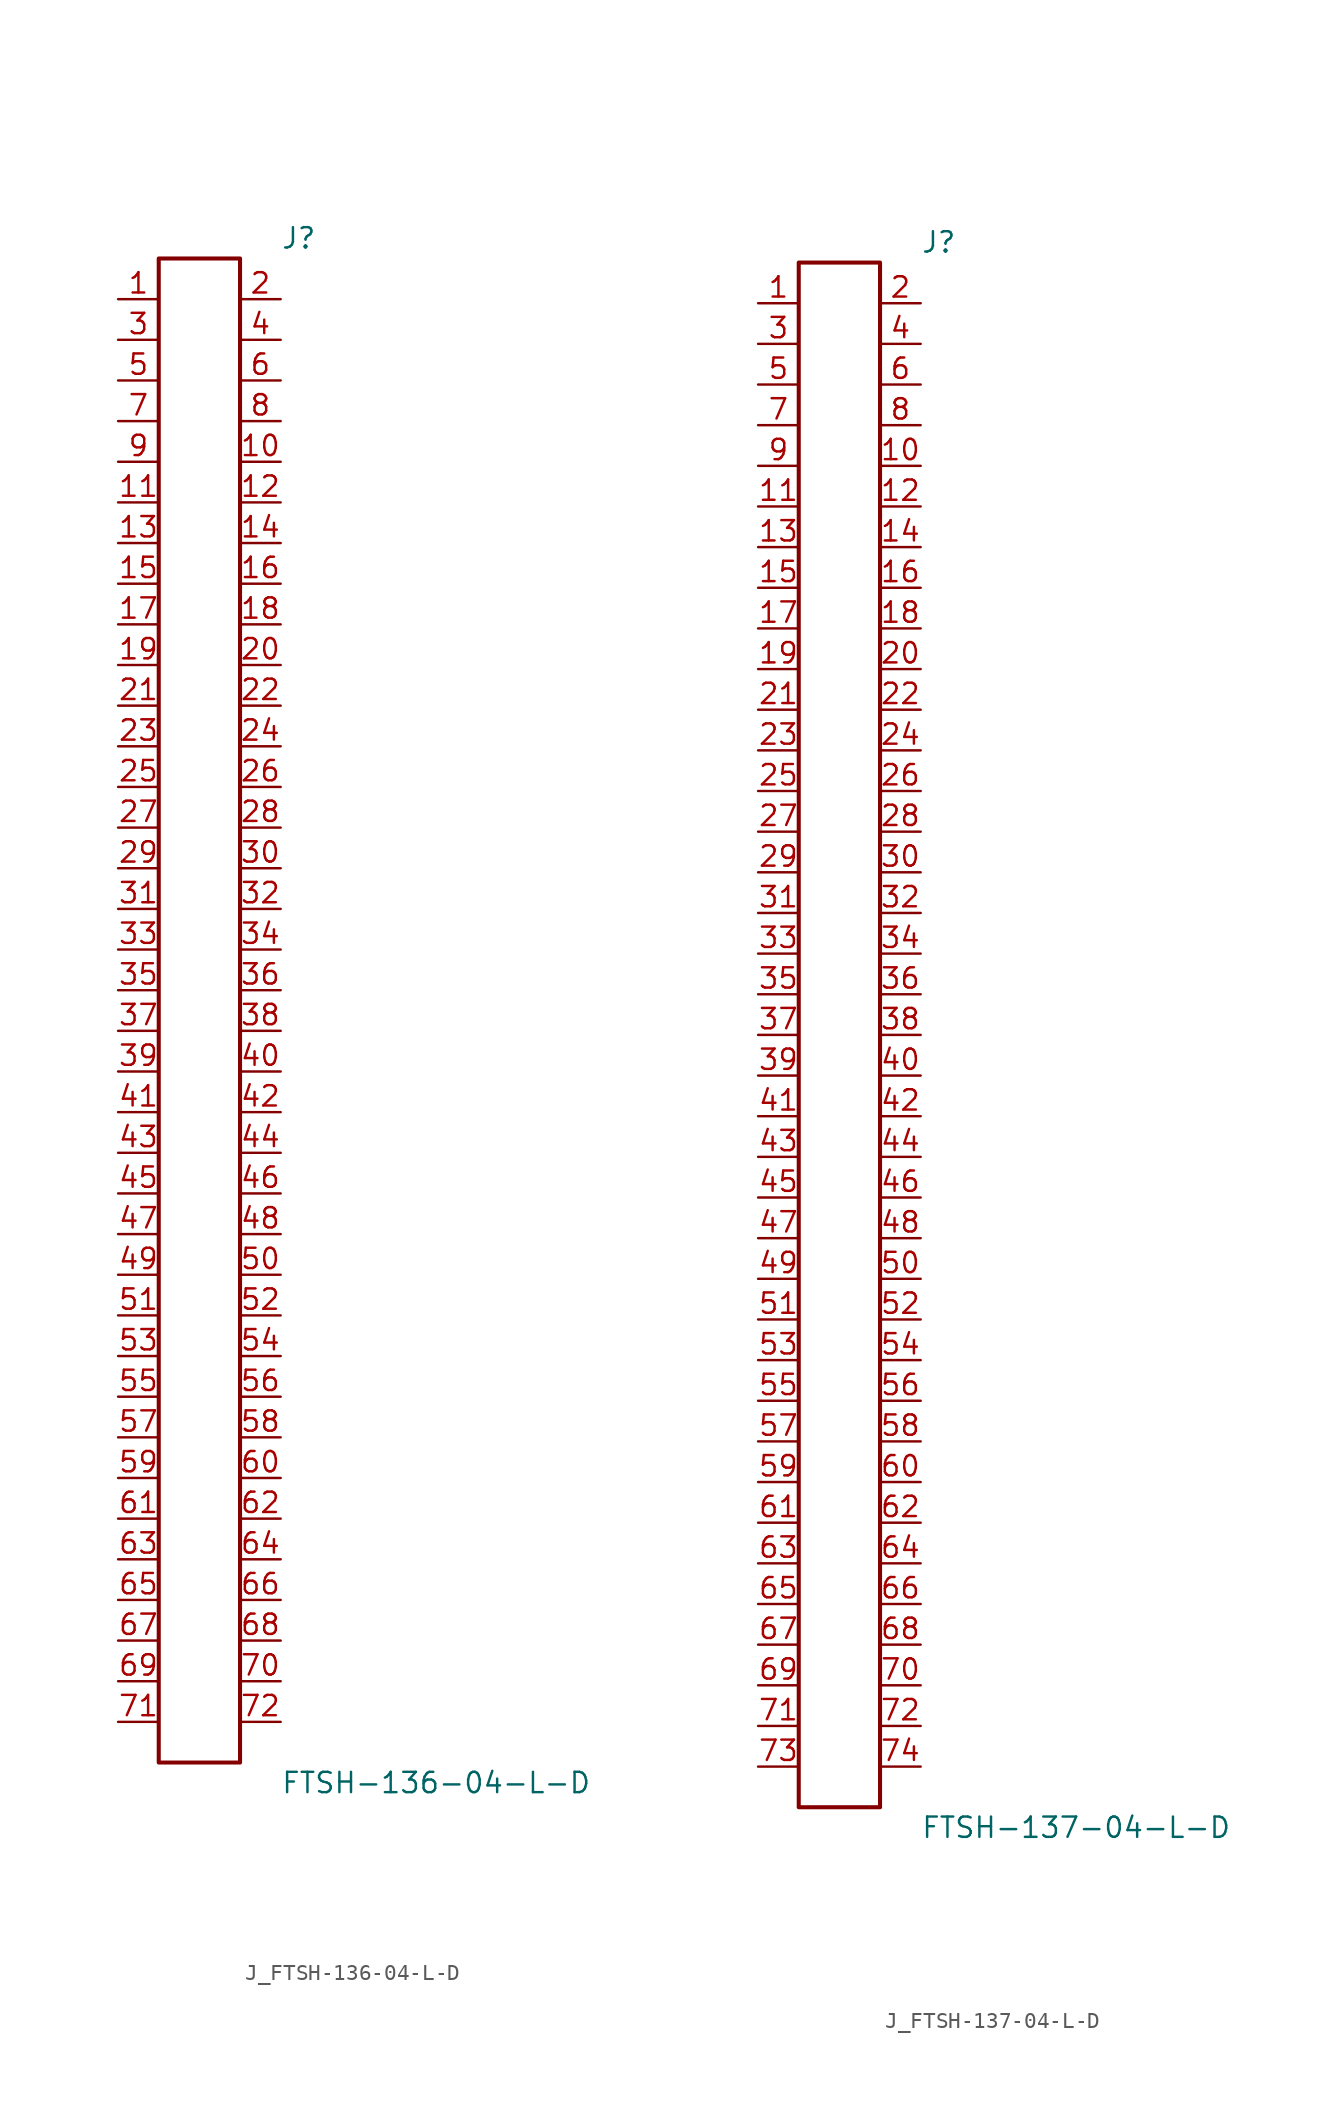
<source format=kicad_sym>
(kicad_symbol_lib
  (version 20231120)
  (generator kicad_symbol_editor)
  (generator_version 8.0)
  (symbol "J_FTSH-136-04-L-D"
    (pin_names
      (offset 0.254))
    (property "Reference" "J"
      (at 5.08 48.26 0)
      (effects (font (size 1.27 1.27)) (justify left)))
    (property "Value" "FTSH-136-04-L-D"
      (at 5.08 -48.26 0)
      (effects (font (size 1.27 1.27)) (justify left)))
    (symbol "J_FTSH-136-04-L-D_0_0"
      (pin passive line (at -5.08 44.45 0) (length 2.54) (name "" (effects (font (size 1.27 1.27)))) (number "1" (effects (font (size 1.27 1.27)))))
      (pin passive line (at 5.08 44.45 180) (length 2.54) (name "" (effects (font (size 1.27 1.27)))) (number "2" (effects (font (size 1.27 1.27)))))
      (pin passive line (at -5.08 41.91 0) (length 2.54) (name "" (effects (font (size 1.27 1.27)))) (number "3" (effects (font (size 1.27 1.27)))))
      (pin passive line (at 5.08 41.91 180) (length 2.54) (name "" (effects (font (size 1.27 1.27)))) (number "4" (effects (font (size 1.27 1.27)))))
      (pin passive line (at -5.08 39.37 0) (length 2.54) (name "" (effects (font (size 1.27 1.27)))) (number "5" (effects (font (size 1.27 1.27)))))
      (pin passive line (at 5.08 39.37 180) (length 2.54) (name "" (effects (font (size 1.27 1.27)))) (number "6" (effects (font (size 1.27 1.27)))))
      (pin passive line (at -5.08 36.83 0) (length 2.54) (name "" (effects (font (size 1.27 1.27)))) (number "7" (effects (font (size 1.27 1.27)))))
      (pin passive line (at 5.08 36.83 180) (length 2.54) (name "" (effects (font (size 1.27 1.27)))) (number "8" (effects (font (size 1.27 1.27)))))
      (pin passive line (at -5.08 34.29 0) (length 2.54) (name "" (effects (font (size 1.27 1.27)))) (number "9" (effects (font (size 1.27 1.27)))))
      (pin passive line (at 5.08 34.29 180) (length 2.54) (name "" (effects (font (size 1.27 1.27)))) (number "10" (effects (font (size 1.27 1.27)))))
      (pin passive line (at -5.08 31.75 0) (length 2.54) (name "" (effects (font (size 1.27 1.27)))) (number "11" (effects (font (size 1.27 1.27)))))
      (pin passive line (at 5.08 31.75 180) (length 2.54) (name "" (effects (font (size 1.27 1.27)))) (number "12" (effects (font (size 1.27 1.27)))))
      (pin passive line (at -5.08 29.21 0) (length 2.54) (name "" (effects (font (size 1.27 1.27)))) (number "13" (effects (font (size 1.27 1.27)))))
      (pin passive line (at 5.08 29.21 180) (length 2.54) (name "" (effects (font (size 1.27 1.27)))) (number "14" (effects (font (size 1.27 1.27)))))
      (pin passive line (at -5.08 26.67 0) (length 2.54) (name "" (effects (font (size 1.27 1.27)))) (number "15" (effects (font (size 1.27 1.27)))))
      (pin passive line (at 5.08 26.67 180) (length 2.54) (name "" (effects (font (size 1.27 1.27)))) (number "16" (effects (font (size 1.27 1.27)))))
      (pin passive line (at -5.08 24.13 0) (length 2.54) (name "" (effects (font (size 1.27 1.27)))) (number "17" (effects (font (size 1.27 1.27)))))
      (pin passive line (at 5.08 24.13 180) (length 2.54) (name "" (effects (font (size 1.27 1.27)))) (number "18" (effects (font (size 1.27 1.27)))))
      (pin passive line (at -5.08 21.59 0) (length 2.54) (name "" (effects (font (size 1.27 1.27)))) (number "19" (effects (font (size 1.27 1.27)))))
      (pin passive line (at 5.08 21.59 180) (length 2.54) (name "" (effects (font (size 1.27 1.27)))) (number "20" (effects (font (size 1.27 1.27)))))
      (pin passive line (at -5.08 19.05 0) (length 2.54) (name "" (effects (font (size 1.27 1.27)))) (number "21" (effects (font (size 1.27 1.27)))))
      (pin passive line (at 5.08 19.05 180) (length 2.54) (name "" (effects (font (size 1.27 1.27)))) (number "22" (effects (font (size 1.27 1.27)))))
      (pin passive line (at -5.08 16.51 0) (length 2.54) (name "" (effects (font (size 1.27 1.27)))) (number "23" (effects (font (size 1.27 1.27)))))
      (pin passive line (at 5.08 16.51 180) (length 2.54) (name "" (effects (font (size 1.27 1.27)))) (number "24" (effects (font (size 1.27 1.27)))))
      (pin passive line (at -5.08 13.97 0) (length 2.54) (name "" (effects (font (size 1.27 1.27)))) (number "25" (effects (font (size 1.27 1.27)))))
      (pin passive line (at 5.08 13.97 180) (length 2.54) (name "" (effects (font (size 1.27 1.27)))) (number "26" (effects (font (size 1.27 1.27)))))
      (pin passive line (at -5.08 11.43 0) (length 2.54) (name "" (effects (font (size 1.27 1.27)))) (number "27" (effects (font (size 1.27 1.27)))))
      (pin passive line (at 5.08 11.43 180) (length 2.54) (name "" (effects (font (size 1.27 1.27)))) (number "28" (effects (font (size 1.27 1.27)))))
      (pin passive line (at -5.08 8.89 0) (length 2.54) (name "" (effects (font (size 1.27 1.27)))) (number "29" (effects (font (size 1.27 1.27)))))
      (pin passive line (at 5.08 8.89 180) (length 2.54) (name "" (effects (font (size 1.27 1.27)))) (number "30" (effects (font (size 1.27 1.27)))))
      (pin passive line (at -5.08 6.35 0) (length 2.54) (name "" (effects (font (size 1.27 1.27)))) (number "31" (effects (font (size 1.27 1.27)))))
      (pin passive line (at 5.08 6.35 180) (length 2.54) (name "" (effects (font (size 1.27 1.27)))) (number "32" (effects (font (size 1.27 1.27)))))
      (pin passive line (at -5.08 3.81 0) (length 2.54) (name "" (effects (font (size 1.27 1.27)))) (number "33" (effects (font (size 1.27 1.27)))))
      (pin passive line (at 5.08 3.81 180) (length 2.54) (name "" (effects (font (size 1.27 1.27)))) (number "34" (effects (font (size 1.27 1.27)))))
      (pin passive line (at -5.08 1.27 0) (length 2.54) (name "" (effects (font (size 1.27 1.27)))) (number "35" (effects (font (size 1.27 1.27)))))
      (pin passive line (at 5.08 1.27 180) (length 2.54) (name "" (effects (font (size 1.27 1.27)))) (number "36" (effects (font (size 1.27 1.27)))))
      (pin passive line (at -5.08 -1.27 0) (length 2.54) (name "" (effects (font (size 1.27 1.27)))) (number "37" (effects (font (size 1.27 1.27)))))
      (pin passive line (at 5.08 -1.27 180) (length 2.54) (name "" (effects (font (size 1.27 1.27)))) (number "38" (effects (font (size 1.27 1.27)))))
      (pin passive line (at -5.08 -3.81 0) (length 2.54) (name "" (effects (font (size 1.27 1.27)))) (number "39" (effects (font (size 1.27 1.27)))))
      (pin passive line (at 5.08 -3.81 180) (length 2.54) (name "" (effects (font (size 1.27 1.27)))) (number "40" (effects (font (size 1.27 1.27)))))
      (pin passive line (at -5.08 -6.35 0) (length 2.54) (name "" (effects (font (size 1.27 1.27)))) (number "41" (effects (font (size 1.27 1.27)))))
      (pin passive line (at 5.08 -6.35 180) (length 2.54) (name "" (effects (font (size 1.27 1.27)))) (number "42" (effects (font (size 1.27 1.27)))))
      (pin passive line (at -5.08 -8.89 0) (length 2.54) (name "" (effects (font (size 1.27 1.27)))) (number "43" (effects (font (size 1.27 1.27)))))
      (pin passive line (at 5.08 -8.89 180) (length 2.54) (name "" (effects (font (size 1.27 1.27)))) (number "44" (effects (font (size 1.27 1.27)))))
      (pin passive line (at -5.08 -11.43 0) (length 2.54) (name "" (effects (font (size 1.27 1.27)))) (number "45" (effects (font (size 1.27 1.27)))))
      (pin passive line (at 5.08 -11.43 180) (length 2.54) (name "" (effects (font (size 1.27 1.27)))) (number "46" (effects (font (size 1.27 1.27)))))
      (pin passive line (at -5.08 -13.97 0) (length 2.54) (name "" (effects (font (size 1.27 1.27)))) (number "47" (effects (font (size 1.27 1.27)))))
      (pin passive line (at 5.08 -13.97 180) (length 2.54) (name "" (effects (font (size 1.27 1.27)))) (number "48" (effects (font (size 1.27 1.27)))))
      (pin passive line (at -5.08 -16.51 0) (length 2.54) (name "" (effects (font (size 1.27 1.27)))) (number "49" (effects (font (size 1.27 1.27)))))
      (pin passive line (at 5.08 -16.51 180) (length 2.54) (name "" (effects (font (size 1.27 1.27)))) (number "50" (effects (font (size 1.27 1.27)))))
      (pin passive line (at -5.08 -19.05 0) (length 2.54) (name "" (effects (font (size 1.27 1.27)))) (number "51" (effects (font (size 1.27 1.27)))))
      (pin passive line (at 5.08 -19.05 180) (length 2.54) (name "" (effects (font (size 1.27 1.27)))) (number "52" (effects (font (size 1.27 1.27)))))
      (pin passive line (at -5.08 -21.59 0) (length 2.54) (name "" (effects (font (size 1.27 1.27)))) (number "53" (effects (font (size 1.27 1.27)))))
      (pin passive line (at 5.08 -21.59 180) (length 2.54) (name "" (effects (font (size 1.27 1.27)))) (number "54" (effects (font (size 1.27 1.27)))))
      (pin passive line (at -5.08 -24.13 0) (length 2.54) (name "" (effects (font (size 1.27 1.27)))) (number "55" (effects (font (size 1.27 1.27)))))
      (pin passive line (at 5.08 -24.13 180) (length 2.54) (name "" (effects (font (size 1.27 1.27)))) (number "56" (effects (font (size 1.27 1.27)))))
      (pin passive line (at -5.08 -26.67 0) (length 2.54) (name "" (effects (font (size 1.27 1.27)))) (number "57" (effects (font (size 1.27 1.27)))))
      (pin passive line (at 5.08 -26.67 180) (length 2.54) (name "" (effects (font (size 1.27 1.27)))) (number "58" (effects (font (size 1.27 1.27)))))
      (pin passive line (at -5.08 -29.21 0) (length 2.54) (name "" (effects (font (size 1.27 1.27)))) (number "59" (effects (font (size 1.27 1.27)))))
      (pin passive line (at 5.08 -29.21 180) (length 2.54) (name "" (effects (font (size 1.27 1.27)))) (number "60" (effects (font (size 1.27 1.27)))))
      (pin passive line (at -5.08 -31.75 0) (length 2.54) (name "" (effects (font (size 1.27 1.27)))) (number "61" (effects (font (size 1.27 1.27)))))
      (pin passive line (at 5.08 -31.75 180) (length 2.54) (name "" (effects (font (size 1.27 1.27)))) (number "62" (effects (font (size 1.27 1.27)))))
      (pin passive line (at -5.08 -34.29 0) (length 2.54) (name "" (effects (font (size 1.27 1.27)))) (number "63" (effects (font (size 1.27 1.27)))))
      (pin passive line (at 5.08 -34.29 180) (length 2.54) (name "" (effects (font (size 1.27 1.27)))) (number "64" (effects (font (size 1.27 1.27)))))
      (pin passive line (at -5.08 -36.83 0) (length 2.54) (name "" (effects (font (size 1.27 1.27)))) (number "65" (effects (font (size 1.27 1.27)))))
      (pin passive line (at 5.08 -36.83 180) (length 2.54) (name "" (effects (font (size 1.27 1.27)))) (number "66" (effects (font (size 1.27 1.27)))))
      (pin passive line (at -5.08 -39.37 0) (length 2.54) (name "" (effects (font (size 1.27 1.27)))) (number "67" (effects (font (size 1.27 1.27)))))
      (pin passive line (at 5.08 -39.37 180) (length 2.54) (name "" (effects (font (size 1.27 1.27)))) (number "68" (effects (font (size 1.27 1.27)))))
      (pin passive line (at -5.08 -41.91 0) (length 2.54) (name "" (effects (font (size 1.27 1.27)))) (number "69" (effects (font (size 1.27 1.27)))))
      (pin passive line (at 5.08 -41.91 180) (length 2.54) (name "" (effects (font (size 1.27 1.27)))) (number "70" (effects (font (size 1.27 1.27)))))
      (pin passive line (at -5.08 -44.45 0) (length 2.54) (name "" (effects (font (size 1.27 1.27)))) (number "71" (effects (font (size 1.27 1.27)))))
      (pin passive line (at 5.08 -44.45 180) (length 2.54) (name "" (effects (font (size 1.27 1.27)))) (number "72" (effects (font (size 1.27 1.27))))))
    (symbol "J_FTSH-136-04-L-D_1_0"
      (rectangle (start -2.54 46.99) (end 2.54 -46.99) (stroke (width 0.254) (type solid)) (fill (type none)))))
  (symbol "J_FTSH-137-04-L-D"
    (pin_names
      (offset 0.254))
    (property "Reference" "J"
      (at 5.08 49.53 0)
      (effects (font (size 1.27 1.27)) (justify left)))
    (property "Value" "FTSH-137-04-L-D"
      (at 5.08 -49.53 0)
      (effects (font (size 1.27 1.27)) (justify left)))
    (symbol "J_FTSH-137-04-L-D_0_0"
      (pin passive line (at -5.08 45.72 0) (length 2.54) (name "" (effects (font (size 1.27 1.27)))) (number "1" (effects (font (size 1.27 1.27)))))
      (pin passive line (at 5.08 45.72 180) (length 2.54) (name "" (effects (font (size 1.27 1.27)))) (number "2" (effects (font (size 1.27 1.27)))))
      (pin passive line (at -5.08 43.18 0) (length 2.54) (name "" (effects (font (size 1.27 1.27)))) (number "3" (effects (font (size 1.27 1.27)))))
      (pin passive line (at 5.08 43.18 180) (length 2.54) (name "" (effects (font (size 1.27 1.27)))) (number "4" (effects (font (size 1.27 1.27)))))
      (pin passive line (at -5.08 40.64 0) (length 2.54) (name "" (effects (font (size 1.27 1.27)))) (number "5" (effects (font (size 1.27 1.27)))))
      (pin passive line (at 5.08 40.64 180) (length 2.54) (name "" (effects (font (size 1.27 1.27)))) (number "6" (effects (font (size 1.27 1.27)))))
      (pin passive line (at -5.08 38.1 0) (length 2.54) (name "" (effects (font (size 1.27 1.27)))) (number "7" (effects (font (size 1.27 1.27)))))
      (pin passive line (at 5.08 38.1 180) (length 2.54) (name "" (effects (font (size 1.27 1.27)))) (number "8" (effects (font (size 1.27 1.27)))))
      (pin passive line (at -5.08 35.56 0) (length 2.54) (name "" (effects (font (size 1.27 1.27)))) (number "9" (effects (font (size 1.27 1.27)))))
      (pin passive line (at 5.08 35.56 180) (length 2.54) (name "" (effects (font (size 1.27 1.27)))) (number "10" (effects (font (size 1.27 1.27)))))
      (pin passive line (at -5.08 33.02 0) (length 2.54) (name "" (effects (font (size 1.27 1.27)))) (number "11" (effects (font (size 1.27 1.27)))))
      (pin passive line (at 5.08 33.02 180) (length 2.54) (name "" (effects (font (size 1.27 1.27)))) (number "12" (effects (font (size 1.27 1.27)))))
      (pin passive line (at -5.08 30.48 0) (length 2.54) (name "" (effects (font (size 1.27 1.27)))) (number "13" (effects (font (size 1.27 1.27)))))
      (pin passive line (at 5.08 30.48 180) (length 2.54) (name "" (effects (font (size 1.27 1.27)))) (number "14" (effects (font (size 1.27 1.27)))))
      (pin passive line (at -5.08 27.94 0) (length 2.54) (name "" (effects (font (size 1.27 1.27)))) (number "15" (effects (font (size 1.27 1.27)))))
      (pin passive line (at 5.08 27.94 180) (length 2.54) (name "" (effects (font (size 1.27 1.27)))) (number "16" (effects (font (size 1.27 1.27)))))
      (pin passive line (at -5.08 25.4 0) (length 2.54) (name "" (effects (font (size 1.27 1.27)))) (number "17" (effects (font (size 1.27 1.27)))))
      (pin passive line (at 5.08 25.4 180) (length 2.54) (name "" (effects (font (size 1.27 1.27)))) (number "18" (effects (font (size 1.27 1.27)))))
      (pin passive line (at -5.08 22.86 0) (length 2.54) (name "" (effects (font (size 1.27 1.27)))) (number "19" (effects (font (size 1.27 1.27)))))
      (pin passive line (at 5.08 22.86 180) (length 2.54) (name "" (effects (font (size 1.27 1.27)))) (number "20" (effects (font (size 1.27 1.27)))))
      (pin passive line (at -5.08 20.32 0) (length 2.54) (name "" (effects (font (size 1.27 1.27)))) (number "21" (effects (font (size 1.27 1.27)))))
      (pin passive line (at 5.08 20.32 180) (length 2.54) (name "" (effects (font (size 1.27 1.27)))) (number "22" (effects (font (size 1.27 1.27)))))
      (pin passive line (at -5.08 17.78 0) (length 2.54) (name "" (effects (font (size 1.27 1.27)))) (number "23" (effects (font (size 1.27 1.27)))))
      (pin passive line (at 5.08 17.78 180) (length 2.54) (name "" (effects (font (size 1.27 1.27)))) (number "24" (effects (font (size 1.27 1.27)))))
      (pin passive line (at -5.08 15.24 0) (length 2.54) (name "" (effects (font (size 1.27 1.27)))) (number "25" (effects (font (size 1.27 1.27)))))
      (pin passive line (at 5.08 15.24 180) (length 2.54) (name "" (effects (font (size 1.27 1.27)))) (number "26" (effects (font (size 1.27 1.27)))))
      (pin passive line (at -5.08 12.7 0) (length 2.54) (name "" (effects (font (size 1.27 1.27)))) (number "27" (effects (font (size 1.27 1.27)))))
      (pin passive line (at 5.08 12.7 180) (length 2.54) (name "" (effects (font (size 1.27 1.27)))) (number "28" (effects (font (size 1.27 1.27)))))
      (pin passive line (at -5.08 10.16 0) (length 2.54) (name "" (effects (font (size 1.27 1.27)))) (number "29" (effects (font (size 1.27 1.27)))))
      (pin passive line (at 5.08 10.16 180) (length 2.54) (name "" (effects (font (size 1.27 1.27)))) (number "30" (effects (font (size 1.27 1.27)))))
      (pin passive line (at -5.08 7.62 0) (length 2.54) (name "" (effects (font (size 1.27 1.27)))) (number "31" (effects (font (size 1.27 1.27)))))
      (pin passive line (at 5.08 7.62 180) (length 2.54) (name "" (effects (font (size 1.27 1.27)))) (number "32" (effects (font (size 1.27 1.27)))))
      (pin passive line (at -5.08 5.08 0) (length 2.54) (name "" (effects (font (size 1.27 1.27)))) (number "33" (effects (font (size 1.27 1.27)))))
      (pin passive line (at 5.08 5.08 180) (length 2.54) (name "" (effects (font (size 1.27 1.27)))) (number "34" (effects (font (size 1.27 1.27)))))
      (pin passive line (at -5.08 2.54 0) (length 2.54) (name "" (effects (font (size 1.27 1.27)))) (number "35" (effects (font (size 1.27 1.27)))))
      (pin passive line (at 5.08 2.54 180) (length 2.54) (name "" (effects (font (size 1.27 1.27)))) (number "36" (effects (font (size 1.27 1.27)))))
      (pin passive line (at -5.08 0.0 0) (length 2.54) (name "" (effects (font (size 1.27 1.27)))) (number "37" (effects (font (size 1.27 1.27)))))
      (pin passive line (at 5.08 0.0 180) (length 2.54) (name "" (effects (font (size 1.27 1.27)))) (number "38" (effects (font (size 1.27 1.27)))))
      (pin passive line (at -5.08 -2.54 0) (length 2.54) (name "" (effects (font (size 1.27 1.27)))) (number "39" (effects (font (size 1.27 1.27)))))
      (pin passive line (at 5.08 -2.54 180) (length 2.54) (name "" (effects (font (size 1.27 1.27)))) (number "40" (effects (font (size 1.27 1.27)))))
      (pin passive line (at -5.08 -5.08 0) (length 2.54) (name "" (effects (font (size 1.27 1.27)))) (number "41" (effects (font (size 1.27 1.27)))))
      (pin passive line (at 5.08 -5.08 180) (length 2.54) (name "" (effects (font (size 1.27 1.27)))) (number "42" (effects (font (size 1.27 1.27)))))
      (pin passive line (at -5.08 -7.62 0) (length 2.54) (name "" (effects (font (size 1.27 1.27)))) (number "43" (effects (font (size 1.27 1.27)))))
      (pin passive line (at 5.08 -7.62 180) (length 2.54) (name "" (effects (font (size 1.27 1.27)))) (number "44" (effects (font (size 1.27 1.27)))))
      (pin passive line (at -5.08 -10.16 0) (length 2.54) (name "" (effects (font (size 1.27 1.27)))) (number "45" (effects (font (size 1.27 1.27)))))
      (pin passive line (at 5.08 -10.16 180) (length 2.54) (name "" (effects (font (size 1.27 1.27)))) (number "46" (effects (font (size 1.27 1.27)))))
      (pin passive line (at -5.08 -12.7 0) (length 2.54) (name "" (effects (font (size 1.27 1.27)))) (number "47" (effects (font (size 1.27 1.27)))))
      (pin passive line (at 5.08 -12.7 180) (length 2.54) (name "" (effects (font (size 1.27 1.27)))) (number "48" (effects (font (size 1.27 1.27)))))
      (pin passive line (at -5.08 -15.24 0) (length 2.54) (name "" (effects (font (size 1.27 1.27)))) (number "49" (effects (font (size 1.27 1.27)))))
      (pin passive line (at 5.08 -15.24 180) (length 2.54) (name "" (effects (font (size 1.27 1.27)))) (number "50" (effects (font (size 1.27 1.27)))))
      (pin passive line (at -5.08 -17.78 0) (length 2.54) (name "" (effects (font (size 1.27 1.27)))) (number "51" (effects (font (size 1.27 1.27)))))
      (pin passive line (at 5.08 -17.78 180) (length 2.54) (name "" (effects (font (size 1.27 1.27)))) (number "52" (effects (font (size 1.27 1.27)))))
      (pin passive line (at -5.08 -20.32 0) (length 2.54) (name "" (effects (font (size 1.27 1.27)))) (number "53" (effects (font (size 1.27 1.27)))))
      (pin passive line (at 5.08 -20.32 180) (length 2.54) (name "" (effects (font (size 1.27 1.27)))) (number "54" (effects (font (size 1.27 1.27)))))
      (pin passive line (at -5.08 -22.86 0) (length 2.54) (name "" (effects (font (size 1.27 1.27)))) (number "55" (effects (font (size 1.27 1.27)))))
      (pin passive line (at 5.08 -22.86 180) (length 2.54) (name "" (effects (font (size 1.27 1.27)))) (number "56" (effects (font (size 1.27 1.27)))))
      (pin passive line (at -5.08 -25.4 0) (length 2.54) (name "" (effects (font (size 1.27 1.27)))) (number "57" (effects (font (size 1.27 1.27)))))
      (pin passive line (at 5.08 -25.4 180) (length 2.54) (name "" (effects (font (size 1.27 1.27)))) (number "58" (effects (font (size 1.27 1.27)))))
      (pin passive line (at -5.08 -27.94 0) (length 2.54) (name "" (effects (font (size 1.27 1.27)))) (number "59" (effects (font (size 1.27 1.27)))))
      (pin passive line (at 5.08 -27.94 180) (length 2.54) (name "" (effects (font (size 1.27 1.27)))) (number "60" (effects (font (size 1.27 1.27)))))
      (pin passive line (at -5.08 -30.48 0) (length 2.54) (name "" (effects (font (size 1.27 1.27)))) (number "61" (effects (font (size 1.27 1.27)))))
      (pin passive line (at 5.08 -30.48 180) (length 2.54) (name "" (effects (font (size 1.27 1.27)))) (number "62" (effects (font (size 1.27 1.27)))))
      (pin passive line (at -5.08 -33.02 0) (length 2.54) (name "" (effects (font (size 1.27 1.27)))) (number "63" (effects (font (size 1.27 1.27)))))
      (pin passive line (at 5.08 -33.02 180) (length 2.54) (name "" (effects (font (size 1.27 1.27)))) (number "64" (effects (font (size 1.27 1.27)))))
      (pin passive line (at -5.08 -35.56 0) (length 2.54) (name "" (effects (font (size 1.27 1.27)))) (number "65" (effects (font (size 1.27 1.27)))))
      (pin passive line (at 5.08 -35.56 180) (length 2.54) (name "" (effects (font (size 1.27 1.27)))) (number "66" (effects (font (size 1.27 1.27)))))
      (pin passive line (at -5.08 -38.1 0) (length 2.54) (name "" (effects (font (size 1.27 1.27)))) (number "67" (effects (font (size 1.27 1.27)))))
      (pin passive line (at 5.08 -38.1 180) (length 2.54) (name "" (effects (font (size 1.27 1.27)))) (number "68" (effects (font (size 1.27 1.27)))))
      (pin passive line (at -5.08 -40.64 0) (length 2.54) (name "" (effects (font (size 1.27 1.27)))) (number "69" (effects (font (size 1.27 1.27)))))
      (pin passive line (at 5.08 -40.64 180) (length 2.54) (name "" (effects (font (size 1.27 1.27)))) (number "70" (effects (font (size 1.27 1.27)))))
      (pin passive line (at -5.08 -43.18 0) (length 2.54) (name "" (effects (font (size 1.27 1.27)))) (number "71" (effects (font (size 1.27 1.27)))))
      (pin passive line (at 5.08 -43.18 180) (length 2.54) (name "" (effects (font (size 1.27 1.27)))) (number "72" (effects (font (size 1.27 1.27)))))
      (pin passive line (at -5.08 -45.72 0) (length 2.54) (name "" (effects (font (size 1.27 1.27)))) (number "73" (effects (font (size 1.27 1.27)))))
      (pin passive line (at 5.08 -45.72 180) (length 2.54) (name "" (effects (font (size 1.27 1.27)))) (number "74" (effects (font (size 1.27 1.27))))))
    (symbol "J_FTSH-137-04-L-D_1_0"
      (rectangle (start -2.54 48.26) (end 2.54 -48.26) (stroke (width 0.254) (type solid)) (fill (type none))))))
</source>
